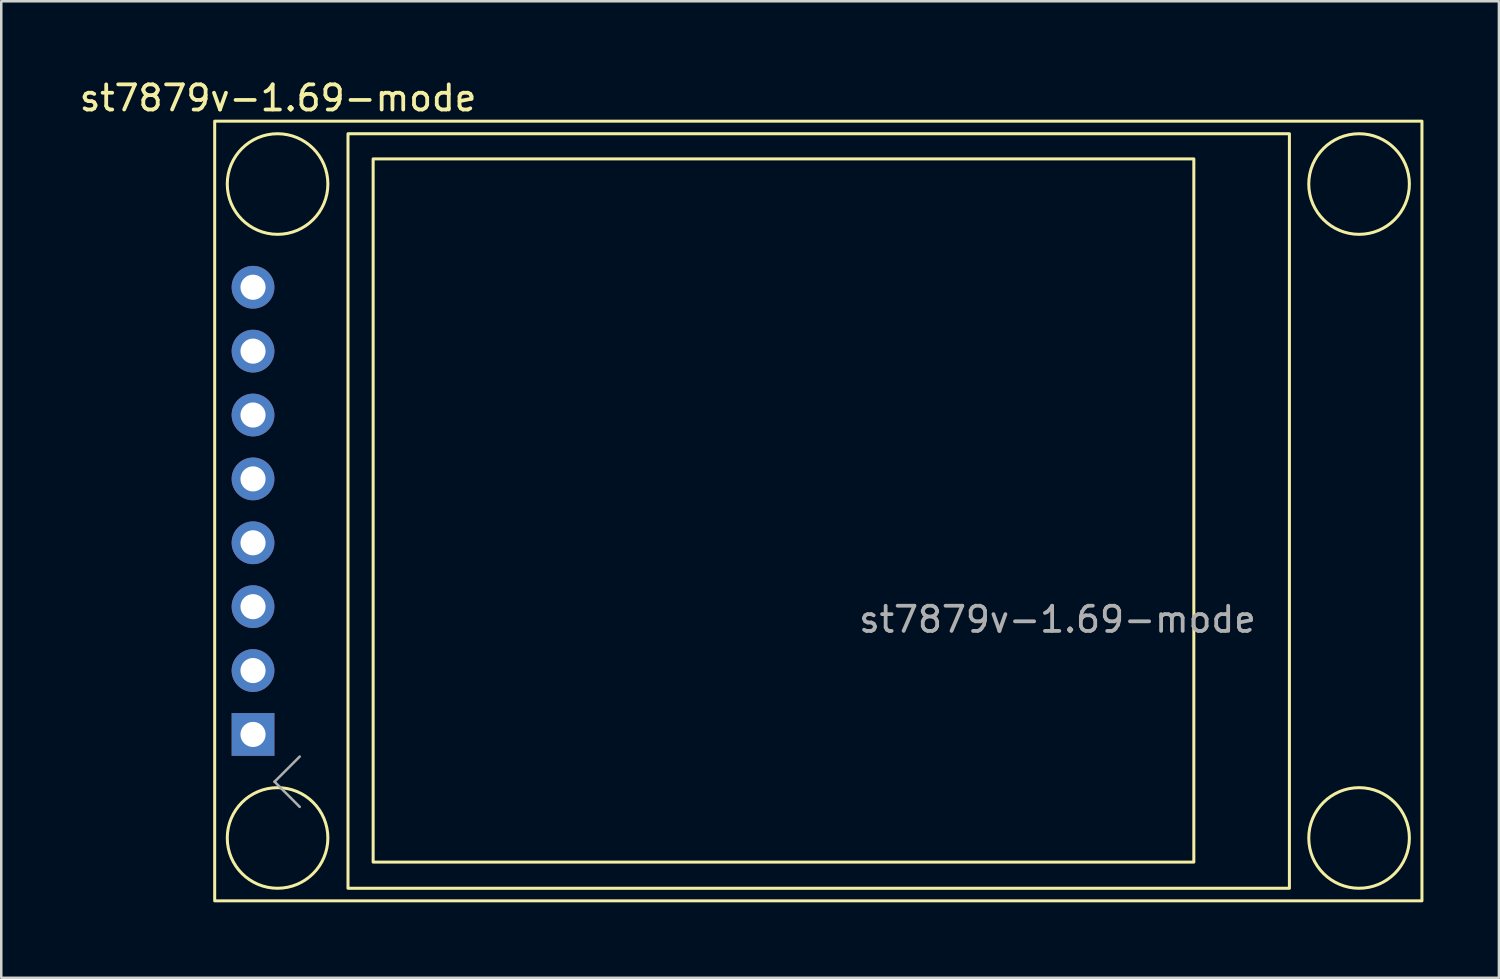
<source format=kicad_pcb>
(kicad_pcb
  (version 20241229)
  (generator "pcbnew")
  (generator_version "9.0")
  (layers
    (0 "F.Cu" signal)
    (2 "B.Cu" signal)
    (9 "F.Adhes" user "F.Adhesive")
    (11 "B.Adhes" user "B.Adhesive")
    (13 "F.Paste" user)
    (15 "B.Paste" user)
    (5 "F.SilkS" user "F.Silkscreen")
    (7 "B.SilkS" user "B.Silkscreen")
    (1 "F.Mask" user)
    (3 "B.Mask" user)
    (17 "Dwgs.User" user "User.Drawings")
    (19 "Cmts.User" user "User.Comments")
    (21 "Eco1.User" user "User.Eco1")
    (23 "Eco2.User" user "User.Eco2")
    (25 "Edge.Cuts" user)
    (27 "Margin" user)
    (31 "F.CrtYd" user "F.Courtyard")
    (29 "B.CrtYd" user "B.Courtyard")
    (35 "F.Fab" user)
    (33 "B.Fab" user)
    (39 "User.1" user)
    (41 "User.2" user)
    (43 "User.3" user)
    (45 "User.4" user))
  (footprint "st7879v-1.69-mode"
    (layer "F.Cu")
    (at 5.486 1.767)
    (property "Reference" "st7879v-1.69-mode" (at 2.52 -0.918 0) (layer "F.SilkS") (effects (font (size 1 1) (thickness 0.15))))
    (attr through_hole)
    (fp_rect (start 0 0) (end 48 31) (stroke (width 0.12) (type solid)) (fill no) (layer "F.SilkS"))
    (fp_rect (start 5.3 0.5) (end 42.73 30.5) (stroke (width 0.12) (type solid)) (fill no) (layer "F.SilkS"))
    (fp_rect (start 6.3 1.5) (end 38.93 29.46) (stroke (width 0.12) (type solid)) (fill no) (layer "F.SilkS"))
    (fp_circle (center 2.5 2.5) (end 4.5 2.5) (stroke (width 0.12) (type solid)) (fill no) (layer "F.SilkS"))
    (fp_circle (center 2.5 28.5) (end 4.5 28.5) (stroke (width 0.12) (type solid)) (fill no) (layer "F.SilkS"))
    (fp_circle (center 45.5 2.5) (end 47.5 2.5) (stroke (width 0.12) (type solid)) (fill no) (layer "F.SilkS"))
    (fp_circle (center 45.5 28.5) (end 47.5 28.5) (stroke (width 0.12) (type solid)) (fill no) (layer "F.SilkS"))
    (fp_line (start 2.38 26.264) (end 3.38 27.264) (stroke (width 0.1) (type solid)) (layer "F.Fab"))
    (fp_line (start 3.38 25.264) (end 2.38 26.264) (stroke (width 0.1) (type solid)) (layer "F.Fab"))
    (fp_text user "${REFERENCE}" (at 33.51 19.812 0) (layer "F.Fab") (effects (font (size 1 1) (thickness 0.15))))
    (pad "1" thru_hole rect (at 1.524 24.384 180) (size 1.7 1.7) (drill 1) (layers "*.Cu" "*.Mask"))
    (pad "2" thru_hole circle (at 1.524 21.844 180) (size 1.7 1.7) (drill 1) (layers "*.Cu" "*.Mask"))
    (pad "3" thru_hole circle (at 1.524 19.304 180) (size 1.7 1.7) (drill 1) (layers "*.Cu" "*.Mask"))
    (pad "4" thru_hole circle (at 1.524 16.764 180) (size 1.7 1.7) (drill 1) (layers "*.Cu" "*.Mask"))
    (pad "5" thru_hole circle (at 1.524 14.224 180) (size 1.7 1.7) (drill 1) (layers "*.Cu" "*.Mask"))
    (pad "6" thru_hole circle (at 1.524 11.684 180) (size 1.7 1.7) (drill 1) (layers "*.Cu" "*.Mask"))
    (pad "7" thru_hole circle (at 1.524 9.144 180) (size 1.7 1.7) (drill 1) (layers "*.Cu" "*.Mask"))
    (pad "8" thru_hole circle (at 1.524 6.604 180) (size 1.7 1.7) (drill 1) (layers "*.Cu" "*.Mask")))
  (gr_rect
    (start -3 -3)
    (end 56.546 35.827)
    (stroke (width 0.1) (type default))
    (fill no)
    (layer "Edge.Cuts")))
</source>
